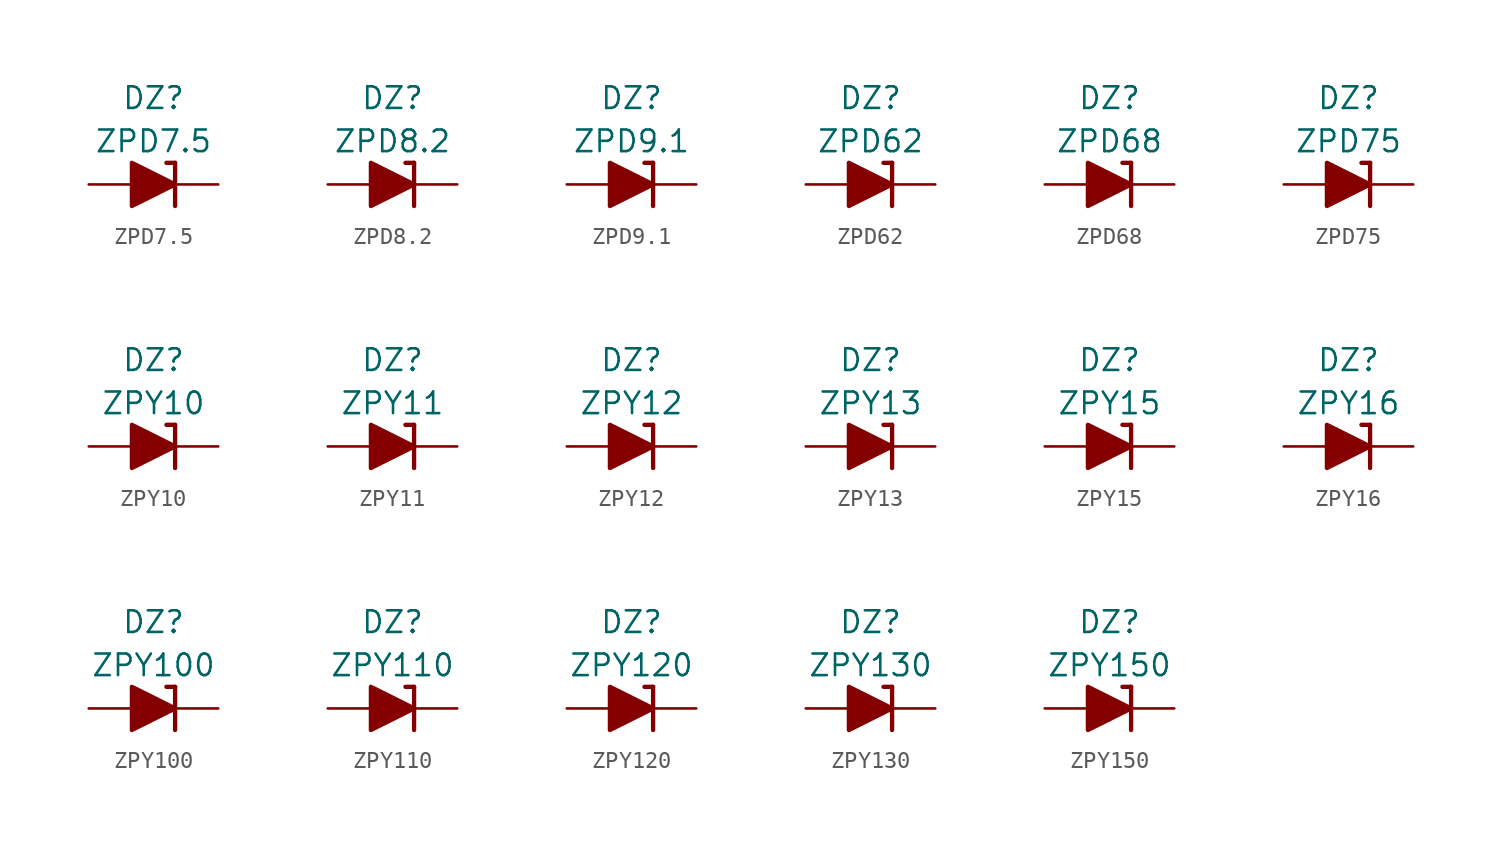
<source format=kicad_sym>
(kicad_symbol_lib
  (version 20211014)
  (generator kicad_symbol_editor)
  (symbol "ZPD7.5"
    (pin_numbers hide)
    (pin_names
      (offset 1.016) hide)
    (property "Reference" "DZ"
      (at 0 5.08 0)
      (effects (font (size 1.27 1.27))))
    (property "Value" "ZPD7.5"
      (at 0 2.54 0)
      (effects (font (size 1.27 1.27))))
    (symbol "ZPD7.5_0_1"
      (polyline (pts (xy -1.27 0) (xy 1.27 0)) (stroke (width 0) (type default) (color 0 0 0 0)) (fill (type none)))
      (polyline (pts (xy 1.27 1.27) (xy 0.762 1.27)) (stroke (width 0.254) (type default) (color 0 0 0 0)) (fill (type none)))
      (polyline (pts (xy 1.27 1.27) (xy 1.27 -1.27)) (stroke (width 0.254) (type default) (color 0 0 0 0)) (fill (type none)))
      (polyline (pts (xy -1.27 -1.27) (xy -1.27 1.27) (xy 1.27 0) (xy -1.27 -1.27)) (stroke (width 0.254) (type default) (color 0 0 0 0)) (fill (type outline))))
    (symbol "ZPD7.5_1_1"
      (pin passive line (at 3.81 0 180) (length 2.54) (name "K" (effects (font (size 1.27 1.27)))) (number "1" (effects (font (size 1.27 1.27)))))
      (pin passive line (at -3.81 0 0) (length 2.54) (name "A" (effects (font (size 1.27 1.27)))) (number "2" (effects (font (size 1.27 1.27)))))))
  (symbol "ZPD8.2"
    (pin_numbers hide)
    (pin_names
      (offset 1.016) hide)
    (property "Reference" "DZ"
      (at 0 5.08 0)
      (effects (font (size 1.27 1.27))))
    (property "Value" "ZPD8.2"
      (at 0 2.54 0)
      (effects (font (size 1.27 1.27))))
    (symbol "ZPD8.2_0_1"
      (polyline (pts (xy -1.27 0) (xy 1.27 0)) (stroke (width 0) (type default) (color 0 0 0 0)) (fill (type none)))
      (polyline (pts (xy 1.27 1.27) (xy 0.762 1.27)) (stroke (width 0.254) (type default) (color 0 0 0 0)) (fill (type none)))
      (polyline (pts (xy 1.27 1.27) (xy 1.27 -1.27)) (stroke (width 0.254) (type default) (color 0 0 0 0)) (fill (type none)))
      (polyline (pts (xy -1.27 -1.27) (xy -1.27 1.27) (xy 1.27 0) (xy -1.27 -1.27)) (stroke (width 0.254) (type default) (color 0 0 0 0)) (fill (type outline))))
    (symbol "ZPD8.2_1_1"
      (pin passive line (at 3.81 0 180) (length 2.54) (name "K" (effects (font (size 1.27 1.27)))) (number "1" (effects (font (size 1.27 1.27)))))
      (pin passive line (at -3.81 0 0) (length 2.54) (name "A" (effects (font (size 1.27 1.27)))) (number "2" (effects (font (size 1.27 1.27)))))))
  (symbol "ZPD9.1"
    (pin_numbers hide)
    (pin_names
      (offset 1.016) hide)
    (property "Reference" "DZ"
      (at 0 5.08 0)
      (effects (font (size 1.27 1.27))))
    (property "Value" "ZPD9.1"
      (at 0 2.54 0)
      (effects (font (size 1.27 1.27))))
    (symbol "ZPD9.1_0_1"
      (polyline (pts (xy -1.27 0) (xy 1.27 0)) (stroke (width 0) (type default) (color 0 0 0 0)) (fill (type none)))
      (polyline (pts (xy 1.27 1.27) (xy 0.762 1.27)) (stroke (width 0.254) (type default) (color 0 0 0 0)) (fill (type none)))
      (polyline (pts (xy 1.27 1.27) (xy 1.27 -1.27)) (stroke (width 0.254) (type default) (color 0 0 0 0)) (fill (type none)))
      (polyline (pts (xy -1.27 -1.27) (xy -1.27 1.27) (xy 1.27 0) (xy -1.27 -1.27)) (stroke (width 0.254) (type default) (color 0 0 0 0)) (fill (type outline))))
    (symbol "ZPD9.1_1_1"
      (pin passive line (at 3.81 0 180) (length 2.54) (name "K" (effects (font (size 1.27 1.27)))) (number "1" (effects (font (size 1.27 1.27)))))
      (pin passive line (at -3.81 0 0) (length 2.54) (name "A" (effects (font (size 1.27 1.27)))) (number "2" (effects (font (size 1.27 1.27)))))))
  (symbol "ZPD62"
    (pin_numbers hide)
    (pin_names
      (offset 1.016) hide)
    (property "Reference" "DZ"
      (at 0 5.08 0)
      (effects (font (size 1.27 1.27))))
    (property "Value" "ZPD62"
      (at 0 2.54 0)
      (effects (font (size 1.27 1.27))))
    (symbol "ZPD62_0_1"
      (polyline (pts (xy -1.27 0) (xy 1.27 0)) (stroke (width 0) (type default) (color 0 0 0 0)) (fill (type none)))
      (polyline (pts (xy 1.27 1.27) (xy 0.762 1.27)) (stroke (width 0.254) (type default) (color 0 0 0 0)) (fill (type none)))
      (polyline (pts (xy 1.27 1.27) (xy 1.27 -1.27)) (stroke (width 0.254) (type default) (color 0 0 0 0)) (fill (type none)))
      (polyline (pts (xy -1.27 -1.27) (xy -1.27 1.27) (xy 1.27 0) (xy -1.27 -1.27)) (stroke (width 0.254) (type default) (color 0 0 0 0)) (fill (type outline))))
    (symbol "ZPD62_1_1"
      (pin passive line (at 3.81 0 180) (length 2.54) (name "K" (effects (font (size 1.27 1.27)))) (number "1" (effects (font (size 1.27 1.27)))))
      (pin passive line (at -3.81 0 0) (length 2.54) (name "A" (effects (font (size 1.27 1.27)))) (number "2" (effects (font (size 1.27 1.27)))))))
  (symbol "ZPD68"
    (pin_numbers hide)
    (pin_names
      (offset 1.016) hide)
    (property "Reference" "DZ"
      (at 0 5.08 0)
      (effects (font (size 1.27 1.27))))
    (property "Value" "ZPD68"
      (at 0 2.54 0)
      (effects (font (size 1.27 1.27))))
    (symbol "ZPD68_0_1"
      (polyline (pts (xy -1.27 0) (xy 1.27 0)) (stroke (width 0) (type default) (color 0 0 0 0)) (fill (type none)))
      (polyline (pts (xy 1.27 1.27) (xy 0.762 1.27)) (stroke (width 0.254) (type default) (color 0 0 0 0)) (fill (type none)))
      (polyline (pts (xy 1.27 1.27) (xy 1.27 -1.27)) (stroke (width 0.254) (type default) (color 0 0 0 0)) (fill (type none)))
      (polyline (pts (xy -1.27 -1.27) (xy -1.27 1.27) (xy 1.27 0) (xy -1.27 -1.27)) (stroke (width 0.254) (type default) (color 0 0 0 0)) (fill (type outline))))
    (symbol "ZPD68_1_1"
      (pin passive line (at 3.81 0 180) (length 2.54) (name "K" (effects (font (size 1.27 1.27)))) (number "1" (effects (font (size 1.27 1.27)))))
      (pin passive line (at -3.81 0 0) (length 2.54) (name "A" (effects (font (size 1.27 1.27)))) (number "2" (effects (font (size 1.27 1.27)))))))
  (symbol "ZPD75"
    (pin_numbers hide)
    (pin_names
      (offset 1.016) hide)
    (property "Reference" "DZ"
      (at 0 5.08 0)
      (effects (font (size 1.27 1.27))))
    (property "Value" "ZPD75"
      (at 0 2.54 0)
      (effects (font (size 1.27 1.27))))
    (symbol "ZPD75_0_1"
      (polyline (pts (xy -1.27 0) (xy 1.27 0)) (stroke (width 0) (type default) (color 0 0 0 0)) (fill (type none)))
      (polyline (pts (xy 1.27 1.27) (xy 0.762 1.27)) (stroke (width 0.254) (type default) (color 0 0 0 0)) (fill (type none)))
      (polyline (pts (xy 1.27 1.27) (xy 1.27 -1.27)) (stroke (width 0.254) (type default) (color 0 0 0 0)) (fill (type none)))
      (polyline (pts (xy -1.27 -1.27) (xy -1.27 1.27) (xy 1.27 0) (xy -1.27 -1.27)) (stroke (width 0.254) (type default) (color 0 0 0 0)) (fill (type outline))))
    (symbol "ZPD75_1_1"
      (pin passive line (at 3.81 0 180) (length 2.54) (name "K" (effects (font (size 1.27 1.27)))) (number "1" (effects (font (size 1.27 1.27)))))
      (pin passive line (at -3.81 0 0) (length 2.54) (name "A" (effects (font (size 1.27 1.27)))) (number "2" (effects (font (size 1.27 1.27)))))))
  (symbol "ZPY10"
    (pin_numbers hide)
    (pin_names
      (offset 1.016) hide)
    (property "Reference" "DZ"
      (at 0 5.08 0)
      (effects (font (size 1.27 1.27))))
    (property "Value" "ZPY10"
      (at 0 2.54 0)
      (effects (font (size 1.27 1.27))))
    (symbol "ZPY10_0_1"
      (polyline (pts (xy -1.27 0) (xy 1.27 0)) (stroke (width 0) (type default) (color 0 0 0 0)) (fill (type none)))
      (polyline (pts (xy 1.27 1.27) (xy 0.762 1.27)) (stroke (width 0.254) (type default) (color 0 0 0 0)) (fill (type none)))
      (polyline (pts (xy 1.27 1.27) (xy 1.27 -1.27)) (stroke (width 0.254) (type default) (color 0 0 0 0)) (fill (type none)))
      (polyline (pts (xy -1.27 -1.27) (xy -1.27 1.27) (xy 1.27 0) (xy -1.27 -1.27)) (stroke (width 0.254) (type default) (color 0 0 0 0)) (fill (type outline))))
    (symbol "ZPY10_1_1"
      (pin passive line (at 3.81 0 180) (length 2.54) (name "K" (effects (font (size 1.27 1.27)))) (number "1" (effects (font (size 1.27 1.27)))))
      (pin passive line (at -3.81 0 0) (length 2.54) (name "A" (effects (font (size 1.27 1.27)))) (number "2" (effects (font (size 1.27 1.27)))))))
  (symbol "ZPY11"
    (pin_numbers hide)
    (pin_names
      (offset 1.016) hide)
    (property "Reference" "DZ"
      (at 0 5.08 0)
      (effects (font (size 1.27 1.27))))
    (property "Value" "ZPY11"
      (at 0 2.54 0)
      (effects (font (size 1.27 1.27))))
    (symbol "ZPY11_0_1"
      (polyline (pts (xy -1.27 0) (xy 1.27 0)) (stroke (width 0) (type default) (color 0 0 0 0)) (fill (type none)))
      (polyline (pts (xy 1.27 1.27) (xy 0.762 1.27)) (stroke (width 0.254) (type default) (color 0 0 0 0)) (fill (type none)))
      (polyline (pts (xy 1.27 1.27) (xy 1.27 -1.27)) (stroke (width 0.254) (type default) (color 0 0 0 0)) (fill (type none)))
      (polyline (pts (xy -1.27 -1.27) (xy -1.27 1.27) (xy 1.27 0) (xy -1.27 -1.27)) (stroke (width 0.254) (type default) (color 0 0 0 0)) (fill (type outline))))
    (symbol "ZPY11_1_1"
      (pin passive line (at 3.81 0 180) (length 2.54) (name "K" (effects (font (size 1.27 1.27)))) (number "1" (effects (font (size 1.27 1.27)))))
      (pin passive line (at -3.81 0 0) (length 2.54) (name "A" (effects (font (size 1.27 1.27)))) (number "2" (effects (font (size 1.27 1.27)))))))
  (symbol "ZPY12"
    (pin_numbers hide)
    (pin_names
      (offset 1.016) hide)
    (property "Reference" "DZ"
      (at 0 5.08 0)
      (effects (font (size 1.27 1.27))))
    (property "Value" "ZPY12"
      (at 0 2.54 0)
      (effects (font (size 1.27 1.27))))
    (symbol "ZPY12_0_1"
      (polyline (pts (xy -1.27 0) (xy 1.27 0)) (stroke (width 0) (type default) (color 0 0 0 0)) (fill (type none)))
      (polyline (pts (xy 1.27 1.27) (xy 0.762 1.27)) (stroke (width 0.254) (type default) (color 0 0 0 0)) (fill (type none)))
      (polyline (pts (xy 1.27 1.27) (xy 1.27 -1.27)) (stroke (width 0.254) (type default) (color 0 0 0 0)) (fill (type none)))
      (polyline (pts (xy -1.27 -1.27) (xy -1.27 1.27) (xy 1.27 0) (xy -1.27 -1.27)) (stroke (width 0.254) (type default) (color 0 0 0 0)) (fill (type outline))))
    (symbol "ZPY12_1_1"
      (pin passive line (at 3.81 0 180) (length 2.54) (name "K" (effects (font (size 1.27 1.27)))) (number "1" (effects (font (size 1.27 1.27)))))
      (pin passive line (at -3.81 0 0) (length 2.54) (name "A" (effects (font (size 1.27 1.27)))) (number "2" (effects (font (size 1.27 1.27)))))))
  (symbol "ZPY13"
    (pin_numbers hide)
    (pin_names
      (offset 1.016) hide)
    (property "Reference" "DZ"
      (at 0 5.08 0)
      (effects (font (size 1.27 1.27))))
    (property "Value" "ZPY13"
      (at 0 2.54 0)
      (effects (font (size 1.27 1.27))))
    (symbol "ZPY13_0_1"
      (polyline (pts (xy -1.27 0) (xy 1.27 0)) (stroke (width 0) (type default) (color 0 0 0 0)) (fill (type none)))
      (polyline (pts (xy 1.27 1.27) (xy 0.762 1.27)) (stroke (width 0.254) (type default) (color 0 0 0 0)) (fill (type none)))
      (polyline (pts (xy 1.27 1.27) (xy 1.27 -1.27)) (stroke (width 0.254) (type default) (color 0 0 0 0)) (fill (type none)))
      (polyline (pts (xy -1.27 -1.27) (xy -1.27 1.27) (xy 1.27 0) (xy -1.27 -1.27)) (stroke (width 0.254) (type default) (color 0 0 0 0)) (fill (type outline))))
    (symbol "ZPY13_1_1"
      (pin passive line (at 3.81 0 180) (length 2.54) (name "K" (effects (font (size 1.27 1.27)))) (number "1" (effects (font (size 1.27 1.27)))))
      (pin passive line (at -3.81 0 0) (length 2.54) (name "A" (effects (font (size 1.27 1.27)))) (number "2" (effects (font (size 1.27 1.27)))))))
  (symbol "ZPY15"
    (pin_numbers hide)
    (pin_names
      (offset 1.016) hide)
    (property "Reference" "DZ"
      (at 0 5.08 0)
      (effects (font (size 1.27 1.27))))
    (property "Value" "ZPY15"
      (at 0 2.54 0)
      (effects (font (size 1.27 1.27))))
    (symbol "ZPY15_0_1"
      (polyline (pts (xy -1.27 0) (xy 1.27 0)) (stroke (width 0) (type default) (color 0 0 0 0)) (fill (type none)))
      (polyline (pts (xy 1.27 1.27) (xy 0.762 1.27)) (stroke (width 0.254) (type default) (color 0 0 0 0)) (fill (type none)))
      (polyline (pts (xy 1.27 1.27) (xy 1.27 -1.27)) (stroke (width 0.254) (type default) (color 0 0 0 0)) (fill (type none)))
      (polyline (pts (xy -1.27 -1.27) (xy -1.27 1.27) (xy 1.27 0) (xy -1.27 -1.27)) (stroke (width 0.254) (type default) (color 0 0 0 0)) (fill (type outline))))
    (symbol "ZPY15_1_1"
      (pin passive line (at 3.81 0 180) (length 2.54) (name "K" (effects (font (size 1.27 1.27)))) (number "1" (effects (font (size 1.27 1.27)))))
      (pin passive line (at -3.81 0 0) (length 2.54) (name "A" (effects (font (size 1.27 1.27)))) (number "2" (effects (font (size 1.27 1.27)))))))
  (symbol "ZPY16"
    (pin_numbers hide)
    (pin_names
      (offset 1.016) hide)
    (property "Reference" "DZ"
      (at 0 5.08 0)
      (effects (font (size 1.27 1.27))))
    (property "Value" "ZPY16"
      (at 0 2.54 0)
      (effects (font (size 1.27 1.27))))
    (symbol "ZPY16_0_1"
      (polyline (pts (xy -1.27 0) (xy 1.27 0)) (stroke (width 0) (type default) (color 0 0 0 0)) (fill (type none)))
      (polyline (pts (xy 1.27 1.27) (xy 0.762 1.27)) (stroke (width 0.254) (type default) (color 0 0 0 0)) (fill (type none)))
      (polyline (pts (xy 1.27 1.27) (xy 1.27 -1.27)) (stroke (width 0.254) (type default) (color 0 0 0 0)) (fill (type none)))
      (polyline (pts (xy -1.27 -1.27) (xy -1.27 1.27) (xy 1.27 0) (xy -1.27 -1.27)) (stroke (width 0.254) (type default) (color 0 0 0 0)) (fill (type outline))))
    (symbol "ZPY16_1_1"
      (pin passive line (at 3.81 0 180) (length 2.54) (name "K" (effects (font (size 1.27 1.27)))) (number "1" (effects (font (size 1.27 1.27)))))
      (pin passive line (at -3.81 0 0) (length 2.54) (name "A" (effects (font (size 1.27 1.27)))) (number "2" (effects (font (size 1.27 1.27)))))))
  (symbol "ZPY100"
    (pin_numbers hide)
    (pin_names
      (offset 1.016) hide)
    (property "Reference" "DZ"
      (at 0 5.08 0)
      (effects (font (size 1.27 1.27))))
    (property "Value" "ZPY100"
      (at 0 2.54 0)
      (effects (font (size 1.27 1.27))))
    (symbol "ZPY100_0_1"
      (polyline (pts (xy -1.27 0) (xy 1.27 0)) (stroke (width 0) (type default) (color 0 0 0 0)) (fill (type none)))
      (polyline (pts (xy 1.27 1.27) (xy 0.762 1.27)) (stroke (width 0.254) (type default) (color 0 0 0 0)) (fill (type none)))
      (polyline (pts (xy 1.27 1.27) (xy 1.27 -1.27)) (stroke (width 0.254) (type default) (color 0 0 0 0)) (fill (type none)))
      (polyline (pts (xy -1.27 -1.27) (xy -1.27 1.27) (xy 1.27 0) (xy -1.27 -1.27)) (stroke (width 0.254) (type default) (color 0 0 0 0)) (fill (type outline))))
    (symbol "ZPY100_1_1"
      (pin passive line (at 3.81 0 180) (length 2.54) (name "K" (effects (font (size 1.27 1.27)))) (number "1" (effects (font (size 1.27 1.27)))))
      (pin passive line (at -3.81 0 0) (length 2.54) (name "A" (effects (font (size 1.27 1.27)))) (number "2" (effects (font (size 1.27 1.27)))))))
  (symbol "ZPY110"
    (pin_numbers hide)
    (pin_names
      (offset 1.016) hide)
    (property "Reference" "DZ"
      (at 0 5.08 0)
      (effects (font (size 1.27 1.27))))
    (property "Value" "ZPY110"
      (at 0 2.54 0)
      (effects (font (size 1.27 1.27))))
    (symbol "ZPY110_0_1"
      (polyline (pts (xy -1.27 0) (xy 1.27 0)) (stroke (width 0) (type default) (color 0 0 0 0)) (fill (type none)))
      (polyline (pts (xy 1.27 1.27) (xy 0.762 1.27)) (stroke (width 0.254) (type default) (color 0 0 0 0)) (fill (type none)))
      (polyline (pts (xy 1.27 1.27) (xy 1.27 -1.27)) (stroke (width 0.254) (type default) (color 0 0 0 0)) (fill (type none)))
      (polyline (pts (xy -1.27 -1.27) (xy -1.27 1.27) (xy 1.27 0) (xy -1.27 -1.27)) (stroke (width 0.254) (type default) (color 0 0 0 0)) (fill (type outline))))
    (symbol "ZPY110_1_1"
      (pin passive line (at 3.81 0 180) (length 2.54) (name "K" (effects (font (size 1.27 1.27)))) (number "1" (effects (font (size 1.27 1.27)))))
      (pin passive line (at -3.81 0 0) (length 2.54) (name "A" (effects (font (size 1.27 1.27)))) (number "2" (effects (font (size 1.27 1.27)))))))
  (symbol "ZPY120"
    (pin_numbers hide)
    (pin_names
      (offset 1.016) hide)
    (property "Reference" "DZ"
      (at 0 5.08 0)
      (effects (font (size 1.27 1.27))))
    (property "Value" "ZPY120"
      (at 0 2.54 0)
      (effects (font (size 1.27 1.27))))
    (symbol "ZPY120_0_1"
      (polyline (pts (xy -1.27 0) (xy 1.27 0)) (stroke (width 0) (type default) (color 0 0 0 0)) (fill (type none)))
      (polyline (pts (xy 1.27 1.27) (xy 0.762 1.27)) (stroke (width 0.254) (type default) (color 0 0 0 0)) (fill (type none)))
      (polyline (pts (xy 1.27 1.27) (xy 1.27 -1.27)) (stroke (width 0.254) (type default) (color 0 0 0 0)) (fill (type none)))
      (polyline (pts (xy -1.27 -1.27) (xy -1.27 1.27) (xy 1.27 0) (xy -1.27 -1.27)) (stroke (width 0.254) (type default) (color 0 0 0 0)) (fill (type outline))))
    (symbol "ZPY120_1_1"
      (pin passive line (at 3.81 0 180) (length 2.54) (name "K" (effects (font (size 1.27 1.27)))) (number "1" (effects (font (size 1.27 1.27)))))
      (pin passive line (at -3.81 0 0) (length 2.54) (name "A" (effects (font (size 1.27 1.27)))) (number "2" (effects (font (size 1.27 1.27)))))))
  (symbol "ZPY130"
    (pin_numbers hide)
    (pin_names
      (offset 1.016) hide)
    (property "Reference" "DZ"
      (at 0 5.08 0)
      (effects (font (size 1.27 1.27))))
    (property "Value" "ZPY130"
      (at 0 2.54 0)
      (effects (font (size 1.27 1.27))))
    (symbol "ZPY130_0_1"
      (polyline (pts (xy -1.27 0) (xy 1.27 0)) (stroke (width 0) (type default) (color 0 0 0 0)) (fill (type none)))
      (polyline (pts (xy 1.27 1.27) (xy 0.762 1.27)) (stroke (width 0.254) (type default) (color 0 0 0 0)) (fill (type none)))
      (polyline (pts (xy 1.27 1.27) (xy 1.27 -1.27)) (stroke (width 0.254) (type default) (color 0 0 0 0)) (fill (type none)))
      (polyline (pts (xy -1.27 -1.27) (xy -1.27 1.27) (xy 1.27 0) (xy -1.27 -1.27)) (stroke (width 0.254) (type default) (color 0 0 0 0)) (fill (type outline))))
    (symbol "ZPY130_1_1"
      (pin passive line (at 3.81 0 180) (length 2.54) (name "K" (effects (font (size 1.27 1.27)))) (number "1" (effects (font (size 1.27 1.27)))))
      (pin passive line (at -3.81 0 0) (length 2.54) (name "A" (effects (font (size 1.27 1.27)))) (number "2" (effects (font (size 1.27 1.27)))))))
  (symbol "ZPY150"
    (pin_numbers hide)
    (pin_names
      (offset 1.016) hide)
    (property "Reference" "DZ"
      (at 0 5.08 0)
      (effects (font (size 1.27 1.27))))
    (property "Value" "ZPY150"
      (at 0 2.54 0)
      (effects (font (size 1.27 1.27))))
    (symbol "ZPY150_0_1"
      (polyline (pts (xy -1.27 0) (xy 1.27 0)) (stroke (width 0) (type default) (color 0 0 0 0)) (fill (type none)))
      (polyline (pts (xy 1.27 1.27) (xy 0.762 1.27)) (stroke (width 0.254) (type default) (color 0 0 0 0)) (fill (type none)))
      (polyline (pts (xy 1.27 1.27) (xy 1.27 -1.27)) (stroke (width 0.254) (type default) (color 0 0 0 0)) (fill (type none)))
      (polyline (pts (xy -1.27 -1.27) (xy -1.27 1.27) (xy 1.27 0) (xy -1.27 -1.27)) (stroke (width 0.254) (type default) (color 0 0 0 0)) (fill (type outline))))
    (symbol "ZPY150_1_1"
      (pin passive line (at 3.81 0 180) (length 2.54) (name "K" (effects (font (size 1.27 1.27)))) (number "1" (effects (font (size 1.27 1.27)))))
      (pin passive line (at -3.81 0 0) (length 2.54) (name "A" (effects (font (size 1.27 1.27)))) (number "2" (effects (font (size 1.27 1.27))))))))
</source>
